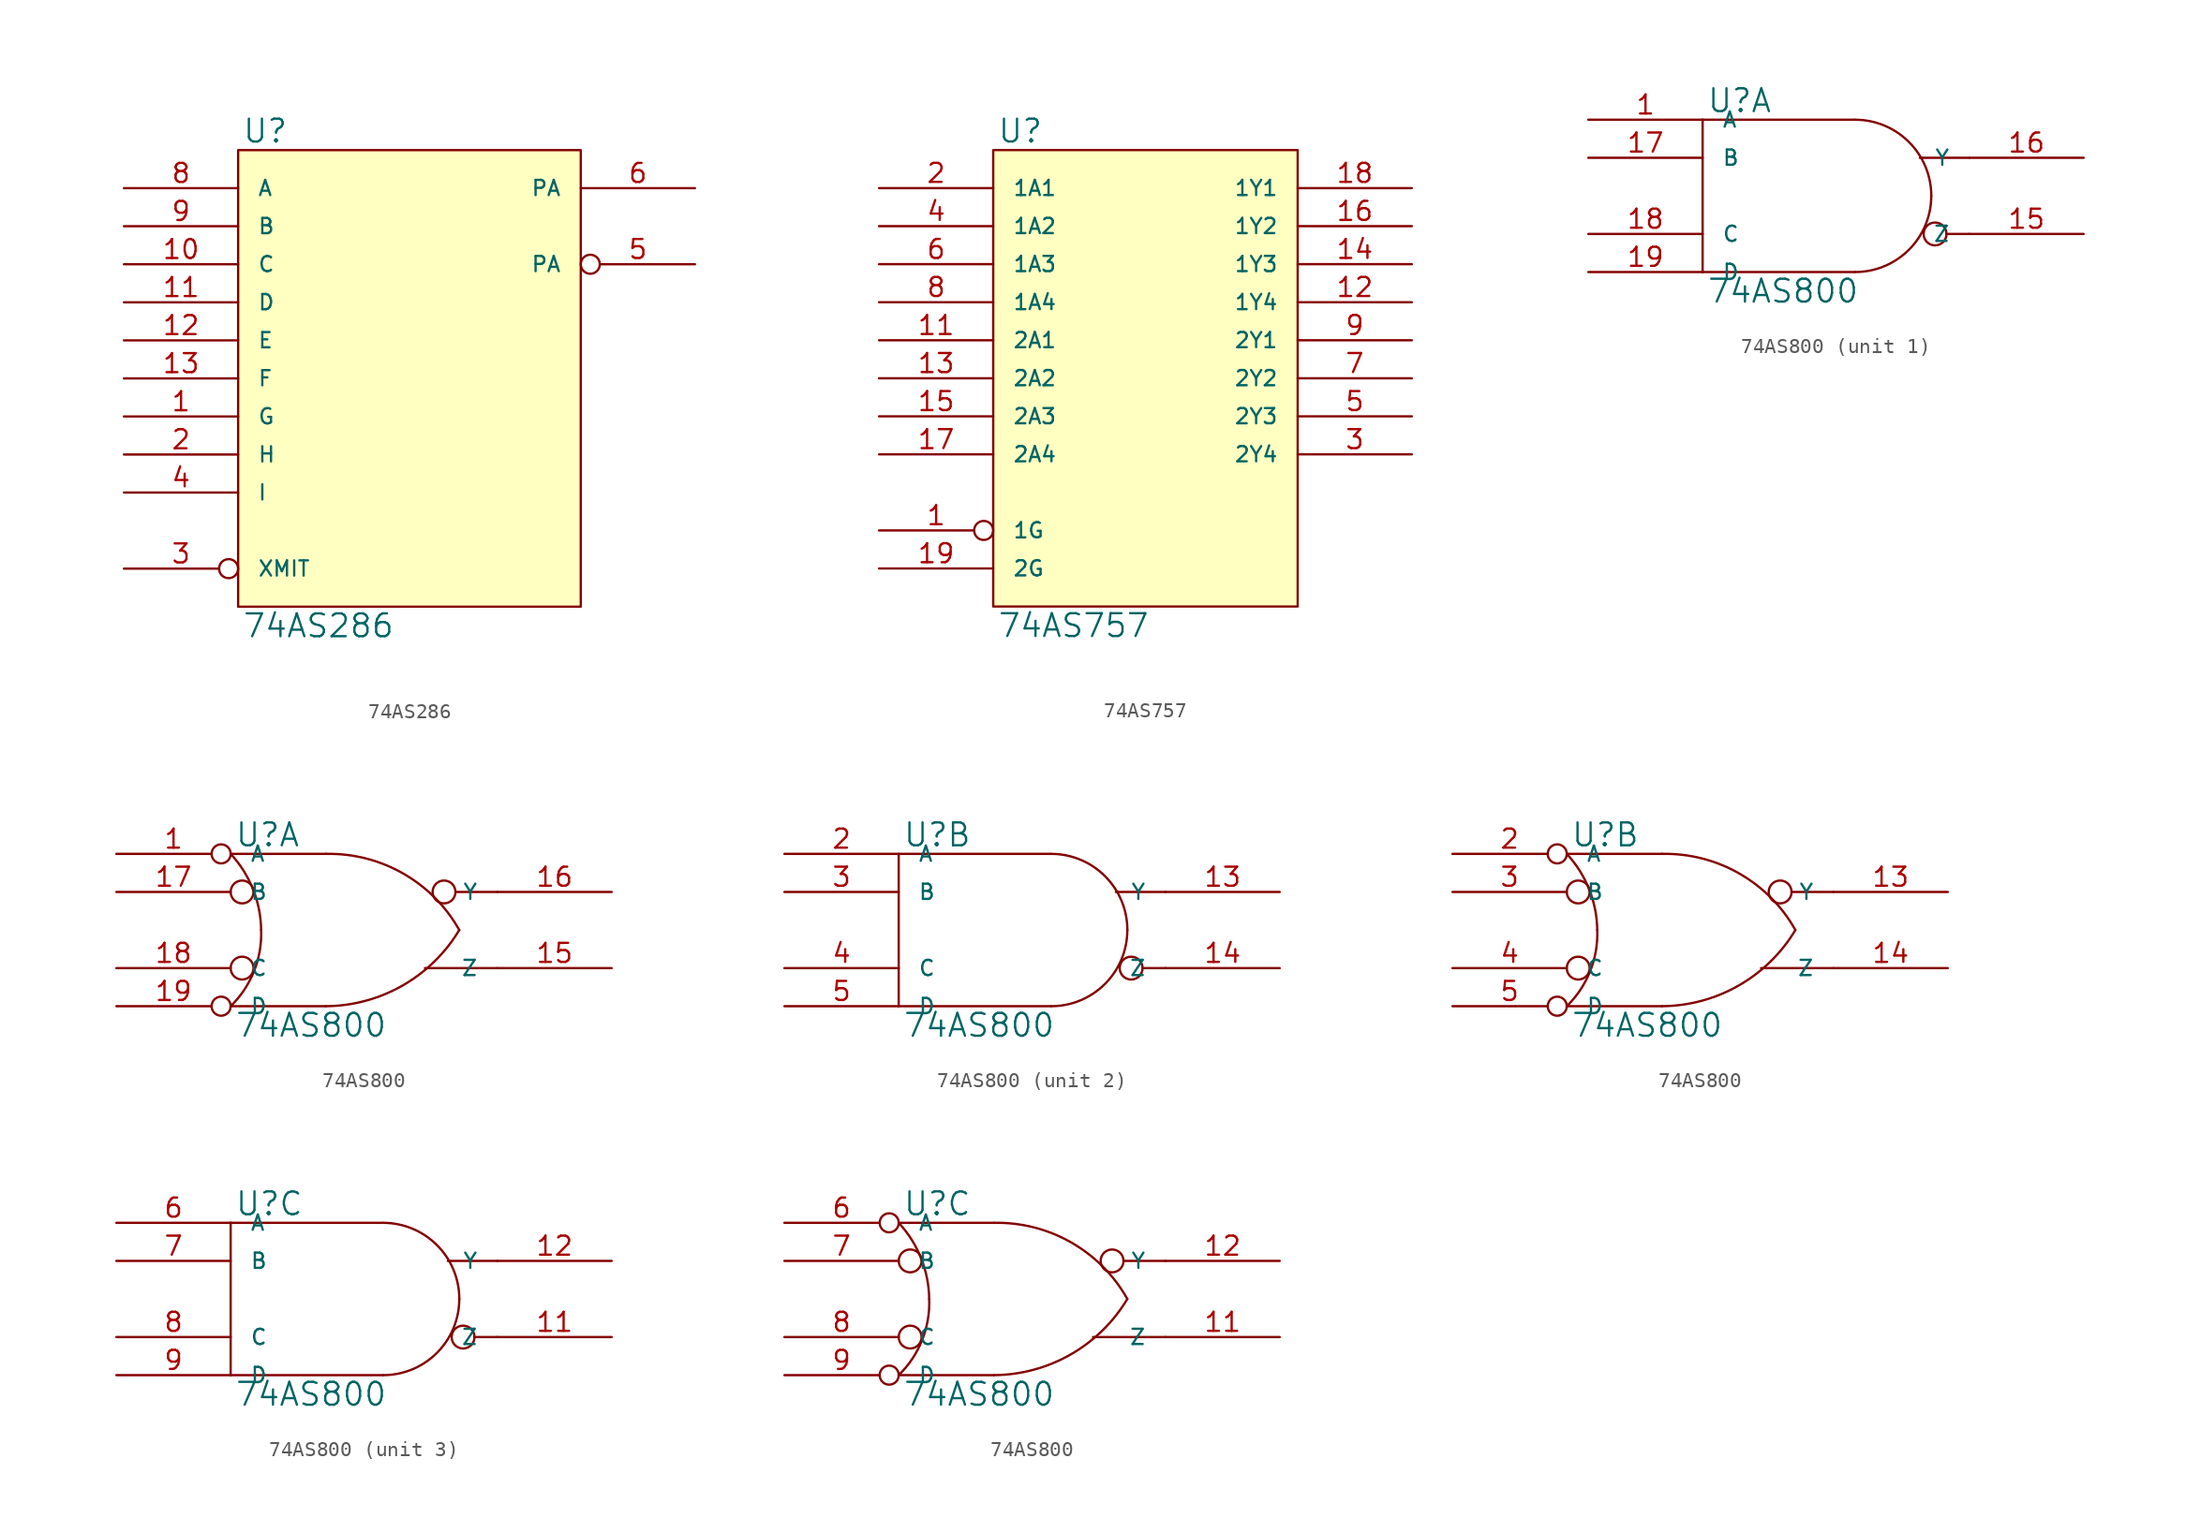
<source format=kicad_sym>
(kicad_symbol_lib
  (version 20231120)
  (generator "kicad_symbol_editor")
  (generator_version "8.0")
  (symbol "74AS286"
    (pin_names
      (offset 1.27))
    (property "Reference" "U"
      (at 0.254 0.381 0)
      (effects (font (size 1.524 1.524)) (justify left bottom)))
    (property "Value" "74AS286"
      (at 0.254 -30.861 0)
      (effects (font (size 1.524 1.524)) (justify left top)))
    (symbol "74AS286_0_1"
      (rectangle (start 0 0) (end 22.86 -30.48) (stroke (width 0) (type solid)) (fill (type background))))
    (symbol "74AS286_1_1"
      (pin input line (at -7.62 -17.78 0) (length 7.62) (name "G" (effects (font (size 1.016 1.016)))) (number "1" (effects (font (size 1.27 1.27)))))
      (pin input line (at -7.62 -7.62 0) (length 7.62) (name "C" (effects (font (size 1.016 1.016)))) (number "10" (effects (font (size 1.27 1.27)))))
      (pin input line (at -7.62 -10.16 0) (length 7.62) (name "D" (effects (font (size 1.016 1.016)))) (number "11" (effects (font (size 1.27 1.27)))))
      (pin input line (at -7.62 -12.7 0) (length 7.62) (name "E" (effects (font (size 1.016 1.016)))) (number "12" (effects (font (size 1.27 1.27)))))
      (pin input line (at -7.62 -15.24 0) (length 7.62) (name "F" (effects (font (size 1.016 1.016)))) (number "13" (effects (font (size 1.27 1.27)))))
      (pin power_in line (at 0 0 270) (length 0) hide (name "VCC" (effects (font (size 1.016 1.016)))) (number "14" (effects (font (size 1.27 1.27)))))
      (pin input line (at -7.62 -20.32 0) (length 7.62) (name "H" (effects (font (size 1.016 1.016)))) (number "2" (effects (font (size 1.27 1.27)))))
      (pin input inverted (at -7.62 -27.94 0) (length 7.62) (name "XMIT" (effects (font (size 1.016 1.016)))) (number "3" (effects (font (size 1.27 1.27)))))
      (pin input line (at -7.62 -22.86 0) (length 7.62) (name "I" (effects (font (size 1.016 1.016)))) (number "4" (effects (font (size 1.27 1.27)))))
      (pin output inverted (at 30.48 -7.62 180) (length 7.62) (name "PA" (effects (font (size 1.016 1.016)))) (number "5" (effects (font (size 1.27 1.27)))))
      (pin bidirectional line (at 30.48 -2.54 180) (length 7.62) (name "PA" (effects (font (size 1.016 1.016)))) (number "6" (effects (font (size 1.27 1.27)))))
      (pin power_in line (at 0 -30.48 90) (length 0) hide (name "GND" (effects (font (size 1.016 1.016)))) (number "7" (effects (font (size 1.27 1.27)))))
      (pin input line (at -7.62 -2.54 0) (length 7.62) (name "A" (effects (font (size 1.016 1.016)))) (number "8" (effects (font (size 1.27 1.27)))))
      (pin input line (at -7.62 -5.08 0) (length 7.62) (name "B" (effects (font (size 1.016 1.016)))) (number "9" (effects (font (size 1.27 1.27)))))))
  (symbol "74AS757"
    (pin_names
      (offset 1.27))
    (property "Reference" "U"
      (at 0.254 0.381 0)
      (effects (font (size 1.524 1.524)) (justify left bottom)))
    (property "Value" "74AS757"
      (at 0.254 -30.861 0)
      (effects (font (size 1.524 1.524)) (justify left top)))
    (symbol "74AS757_0_1"
      (rectangle (start 0 0) (end 20.32 -30.48) (stroke (width 0) (type solid)) (fill (type background))))
    (symbol "74AS757_1_1"
      (pin input inverted (at -7.62 -25.4 0) (length 7.62) (name "1G" (effects (font (size 1.016 1.016)))) (number "1" (effects (font (size 1.27 1.27)))))
      (pin power_in line (at 0 -30.48 90) (length 0) hide (name "GND" (effects (font (size 1.016 1.016)))) (number "10" (effects (font (size 1.27 1.27)))))
      (pin input line (at -7.62 -12.7 0) (length 7.62) (name "2A1" (effects (font (size 1.016 1.016)))) (number "11" (effects (font (size 1.27 1.27)))))
      (pin open_collector line (at 27.94 -10.16 180) (length 7.62) (name "1Y4" (effects (font (size 1.016 1.016)))) (number "12" (effects (font (size 1.27 1.27)))))
      (pin input line (at -7.62 -15.24 0) (length 7.62) (name "2A2" (effects (font (size 1.016 1.016)))) (number "13" (effects (font (size 1.27 1.27)))))
      (pin open_collector line (at 27.94 -7.62 180) (length 7.62) (name "1Y3" (effects (font (size 1.016 1.016)))) (number "14" (effects (font (size 1.27 1.27)))))
      (pin input line (at -7.62 -17.78 0) (length 7.62) (name "2A3" (effects (font (size 1.016 1.016)))) (number "15" (effects (font (size 1.27 1.27)))))
      (pin open_collector line (at 27.94 -5.08 180) (length 7.62) (name "1Y2" (effects (font (size 1.016 1.016)))) (number "16" (effects (font (size 1.27 1.27)))))
      (pin input line (at -7.62 -20.32 0) (length 7.62) (name "2A4" (effects (font (size 1.016 1.016)))) (number "17" (effects (font (size 1.27 1.27)))))
      (pin open_collector line (at 27.94 -2.54 180) (length 7.62) (name "1Y1" (effects (font (size 1.016 1.016)))) (number "18" (effects (font (size 1.27 1.27)))))
      (pin input line (at -7.62 -27.94 0) (length 7.62) (name "2G" (effects (font (size 1.016 1.016)))) (number "19" (effects (font (size 1.27 1.27)))))
      (pin input line (at -7.62 -2.54 0) (length 7.62) (name "1A1" (effects (font (size 1.016 1.016)))) (number "2" (effects (font (size 1.27 1.27)))))
      (pin power_in line (at 0 0 270) (length 0) hide (name "VCC" (effects (font (size 1.016 1.016)))) (number "20" (effects (font (size 1.27 1.27)))))
      (pin open_collector line (at 27.94 -20.32 180) (length 7.62) (name "2Y4" (effects (font (size 1.016 1.016)))) (number "3" (effects (font (size 1.27 1.27)))))
      (pin input line (at -7.62 -5.08 0) (length 7.62) (name "1A2" (effects (font (size 1.016 1.016)))) (number "4" (effects (font (size 1.27 1.27)))))
      (pin open_collector line (at 27.94 -17.78 180) (length 7.62) (name "2Y3" (effects (font (size 1.016 1.016)))) (number "5" (effects (font (size 1.27 1.27)))))
      (pin input line (at -7.62 -7.62 0) (length 7.62) (name "1A3" (effects (font (size 1.016 1.016)))) (number "6" (effects (font (size 1.27 1.27)))))
      (pin open_collector line (at 27.94 -15.24 180) (length 7.62) (name "2Y2" (effects (font (size 1.016 1.016)))) (number "7" (effects (font (size 1.27 1.27)))))
      (pin input line (at -7.62 -10.16 0) (length 7.62) (name "1A4" (effects (font (size 1.016 1.016)))) (number "8" (effects (font (size 1.27 1.27)))))
      (pin open_collector line (at 27.94 -12.7 180) (length 7.62) (name "2Y1" (effects (font (size 1.016 1.016)))) (number "9" (effects (font (size 1.27 1.27)))))))
  (symbol "74AS800"
    (pin_names
      (offset 1.27))
    (property "Reference" "U"
      (at 0.254 0.381 0)
      (effects (font (size 1.524 1.524)) (justify left bottom)))
    (property "Value" "74AS800"
      (at 0.254 -10.541 0)
      (effects (font (size 1.524 1.524)) (justify left top)))
    (symbol "74AS800_0_1"
      (polyline (pts (xy 0 -10.16) (xy 10.16 -10.16)) (stroke (width 0) (type solid)) (fill (type none)))
      (polyline (pts (xy 0 0) (xy 0 -10.16)) (stroke (width 0) (type solid)) (fill (type none)))
      (polyline (pts (xy 10.16 0) (xy 0 0)) (stroke (width 0) (type solid)) (fill (type none)))
      (polyline (pts (xy 17.78 -7.62) (xy 16.256 -7.62)) (stroke (width 0) (type solid)) (fill (type none)))
      (polyline (pts (xy 17.78 -2.54) (xy 14.478 -2.54)) (stroke (width 0) (type solid)) (fill (type none)))
      (arc (start 10.16 -10.16) (mid 13.7521 -8.6721) (end 15.24 -5.08) (stroke (width 0) (type solid)) (fill (type none)))
      (arc (start 15.24 -5.08) (mid 13.7521 -1.4879) (end 10.16 0) (stroke (width 0) (type solid)) (fill (type none)))
      (circle (center 15.494 -7.62) (radius 0.762) (stroke (width 0) (type solid)) (fill (type none))))
    (symbol "74AS800_0_2"
      (arc (start 0 -10.16) (mid 1.5573 -7.8293) (end 2.032 -5.08) (stroke (width 0) (type solid)) (fill (type none)))
      (polyline (pts (xy 6.35 -10.16) (xy 0 -10.16)) (stroke (width 0) (type solid)) (fill (type none)))
      (polyline (pts (xy 6.35 0) (xy 0 0)) (stroke (width 0) (type solid)) (fill (type none)))
      (polyline (pts (xy 14.986 -2.54) (xy 17.78 -2.54)) (stroke (width 0) (type solid)) (fill (type none)))
      (polyline (pts (xy 17.78 -7.62) (xy 12.954 -7.62)) (stroke (width 0) (type solid)) (fill (type none)))
      (circle (center 0.762 -7.62) (radius 0.762) (stroke (width 0) (type solid)) (fill (type none)))
      (circle (center 0.762 -2.54) (radius 0.762) (stroke (width 0) (type solid)) (fill (type none)))
      (arc (start 2.032 -5.08) (mid 1.4906 -2.3584) (end 0 0) (stroke (width 0) (type solid)) (fill (type none)))
      (arc (start 6.35 -10.16) (mid 11.4496 -8.7875) (end 15.24 -5.08) (stroke (width 0) (type solid)) (fill (type none)))
      (circle (center 14.224 -2.54) (radius 0.762) (stroke (width 0) (type solid)) (fill (type none)))
      (arc (start 15.24 -5.08) (mid 11.4893 -1.3041) (end 6.35 0) (stroke (width 0) (type solid)) (fill (type none))))
    (symbol "74AS800_1_1"
      (pin input line (at -7.62 0 0) (length 7.62) (name "A" (effects (font (size 1.016 1.016)))) (number "1" (effects (font (size 1.27 1.27)))))
      (pin power_in line (at 0 -10.16 90) (length 0) hide (name "GND" (effects (font (size 1.016 1.016)))) (number "10" (effects (font (size 1.27 1.27)))))
      (pin output line (at 25.4 -7.62 180) (length 7.62) (name "Z" (effects (font (size 1.016 1.016)))) (number "15" (effects (font (size 1.27 1.27)))))
      (pin output line (at 25.4 -2.54 180) (length 7.62) (name "Y" (effects (font (size 1.016 1.016)))) (number "16" (effects (font (size 1.27 1.27)))))
      (pin input line (at -7.62 -2.54 0) (length 7.62) (name "B" (effects (font (size 1.016 1.016)))) (number "17" (effects (font (size 1.27 1.27)))))
      (pin input line (at -7.62 -7.62 0) (length 7.62) (name "C" (effects (font (size 1.016 1.016)))) (number "18" (effects (font (size 1.27 1.27)))))
      (pin input line (at -7.62 -10.16 0) (length 7.62) (name "D" (effects (font (size 1.016 1.016)))) (number "19" (effects (font (size 1.27 1.27)))))
      (pin power_in line (at 0 0 270) (length 0) hide (name "VCC" (effects (font (size 1.016 1.016)))) (number "20" (effects (font (size 1.27 1.27))))))
    (symbol "74AS800_1_2"
      (pin input inverted (at -7.62 0 0) (length 7.62) (name "A" (effects (font (size 1.016 1.016)))) (number "1" (effects (font (size 1.27 1.27)))))
      (pin power_in line (at 0 -10.16 90) (length 0) hide (name "GND" (effects (font (size 1.016 1.016)))) (number "10" (effects (font (size 1.27 1.27)))))
      (pin output line (at 25.4 -7.62 180) (length 7.62) (name "Z" (effects (font (size 1.016 1.016)))) (number "15" (effects (font (size 1.27 1.27)))))
      (pin output line (at 25.4 -2.54 180) (length 7.62) (name "Y" (effects (font (size 1.016 1.016)))) (number "16" (effects (font (size 1.27 1.27)))))
      (pin input line (at -7.62 -2.54 0) (length 7.62) (name "B" (effects (font (size 1.016 1.016)))) (number "17" (effects (font (size 1.27 1.27)))))
      (pin input line (at -7.62 -7.62 0) (length 7.62) (name "C" (effects (font (size 1.016 1.016)))) (number "18" (effects (font (size 1.27 1.27)))))
      (pin input inverted (at -7.62 -10.16 0) (length 7.62) (name "D" (effects (font (size 1.016 1.016)))) (number "19" (effects (font (size 1.27 1.27)))))
      (pin power_in line (at 0 0 270) (length 0) hide (name "VCC" (effects (font (size 1.016 1.016)))) (number "20" (effects (font (size 1.27 1.27))))))
    (symbol "74AS800_2_1"
      (pin power_in line (at 0 -10.16 90) (length 0) hide (name "GND" (effects (font (size 1.016 1.016)))) (number "10" (effects (font (size 1.27 1.27)))))
      (pin output line (at 25.4 -2.54 180) (length 7.62) (name "Y" (effects (font (size 1.016 1.016)))) (number "13" (effects (font (size 1.27 1.27)))))
      (pin output line (at 25.4 -7.62 180) (length 7.62) (name "Z" (effects (font (size 1.016 1.016)))) (number "14" (effects (font (size 1.27 1.27)))))
      (pin input line (at -7.62 0 0) (length 7.62) (name "A" (effects (font (size 1.016 1.016)))) (number "2" (effects (font (size 1.27 1.27)))))
      (pin power_in line (at 0 0 270) (length 0) hide (name "VCC" (effects (font (size 1.016 1.016)))) (number "20" (effects (font (size 1.27 1.27)))))
      (pin input line (at -7.62 -2.54 0) (length 7.62) (name "B" (effects (font (size 1.016 1.016)))) (number "3" (effects (font (size 1.27 1.27)))))
      (pin input line (at -7.62 -7.62 0) (length 7.62) (name "C" (effects (font (size 1.016 1.016)))) (number "4" (effects (font (size 1.27 1.27)))))
      (pin input line (at -7.62 -10.16 0) (length 7.62) (name "D" (effects (font (size 1.016 1.016)))) (number "5" (effects (font (size 1.27 1.27))))))
    (symbol "74AS800_2_2"
      (pin power_in line (at 0 -10.16 90) (length 0) hide (name "GND" (effects (font (size 1.016 1.016)))) (number "10" (effects (font (size 1.27 1.27)))))
      (pin output line (at 25.4 -2.54 180) (length 7.62) (name "Y" (effects (font (size 1.016 1.016)))) (number "13" (effects (font (size 1.27 1.27)))))
      (pin output line (at 25.4 -7.62 180) (length 7.62) (name "Z" (effects (font (size 1.016 1.016)))) (number "14" (effects (font (size 1.27 1.27)))))
      (pin input inverted (at -7.62 0 0) (length 7.62) (name "A" (effects (font (size 1.016 1.016)))) (number "2" (effects (font (size 1.27 1.27)))))
      (pin power_in line (at 0 0 270) (length 0) hide (name "VCC" (effects (font (size 1.016 1.016)))) (number "20" (effects (font (size 1.27 1.27)))))
      (pin input line (at -7.62 -2.54 0) (length 7.62) (name "B" (effects (font (size 1.016 1.016)))) (number "3" (effects (font (size 1.27 1.27)))))
      (pin input line (at -7.62 -7.62 0) (length 7.62) (name "C" (effects (font (size 1.016 1.016)))) (number "4" (effects (font (size 1.27 1.27)))))
      (pin input inverted (at -7.62 -10.16 0) (length 7.62) (name "D" (effects (font (size 1.016 1.016)))) (number "5" (effects (font (size 1.27 1.27))))))
    (symbol "74AS800_3_1"
      (pin power_in line (at 0 -10.16 90) (length 0) hide (name "GND" (effects (font (size 1.016 1.016)))) (number "10" (effects (font (size 1.27 1.27)))))
      (pin output line (at 25.4 -7.62 180) (length 7.62) (name "Z" (effects (font (size 1.016 1.016)))) (number "11" (effects (font (size 1.27 1.27)))))
      (pin output line (at 25.4 -2.54 180) (length 7.62) (name "Y" (effects (font (size 1.016 1.016)))) (number "12" (effects (font (size 1.27 1.27)))))
      (pin power_in line (at 0 0 270) (length 0) hide (name "VCC" (effects (font (size 1.016 1.016)))) (number "20" (effects (font (size 1.27 1.27)))))
      (pin input line (at -7.62 0 0) (length 7.62) (name "A" (effects (font (size 1.016 1.016)))) (number "6" (effects (font (size 1.27 1.27)))))
      (pin input line (at -7.62 -2.54 0) (length 7.62) (name "B" (effects (font (size 1.016 1.016)))) (number "7" (effects (font (size 1.27 1.27)))))
      (pin input line (at -7.62 -7.62 0) (length 7.62) (name "C" (effects (font (size 1.016 1.016)))) (number "8" (effects (font (size 1.27 1.27)))))
      (pin input line (at -7.62 -10.16 0) (length 7.62) (name "D" (effects (font (size 1.016 1.016)))) (number "9" (effects (font (size 1.27 1.27))))))
    (symbol "74AS800_3_2"
      (pin power_in line (at 0 -10.16 90) (length 0) hide (name "GND" (effects (font (size 1.016 1.016)))) (number "10" (effects (font (size 1.27 1.27)))))
      (pin output line (at 25.4 -7.62 180) (length 7.62) (name "Z" (effects (font (size 1.016 1.016)))) (number "11" (effects (font (size 1.27 1.27)))))
      (pin output line (at 25.4 -2.54 180) (length 7.62) (name "Y" (effects (font (size 1.016 1.016)))) (number "12" (effects (font (size 1.27 1.27)))))
      (pin power_in line (at 0 0 270) (length 0) hide (name "VCC" (effects (font (size 1.016 1.016)))) (number "20" (effects (font (size 1.27 1.27)))))
      (pin input inverted (at -7.62 0 0) (length 7.62) (name "A" (effects (font (size 1.016 1.016)))) (number "6" (effects (font (size 1.27 1.27)))))
      (pin input line (at -7.62 -2.54 0) (length 7.62) (name "B" (effects (font (size 1.016 1.016)))) (number "7" (effects (font (size 1.27 1.27)))))
      (pin input line (at -7.62 -7.62 0) (length 7.62) (name "C" (effects (font (size 1.016 1.016)))) (number "8" (effects (font (size 1.27 1.27)))))
      (pin input inverted (at -7.62 -10.16 0) (length 7.62) (name "D" (effects (font (size 1.016 1.016)))) (number "9" (effects (font (size 1.27 1.27))))))))
</source>
